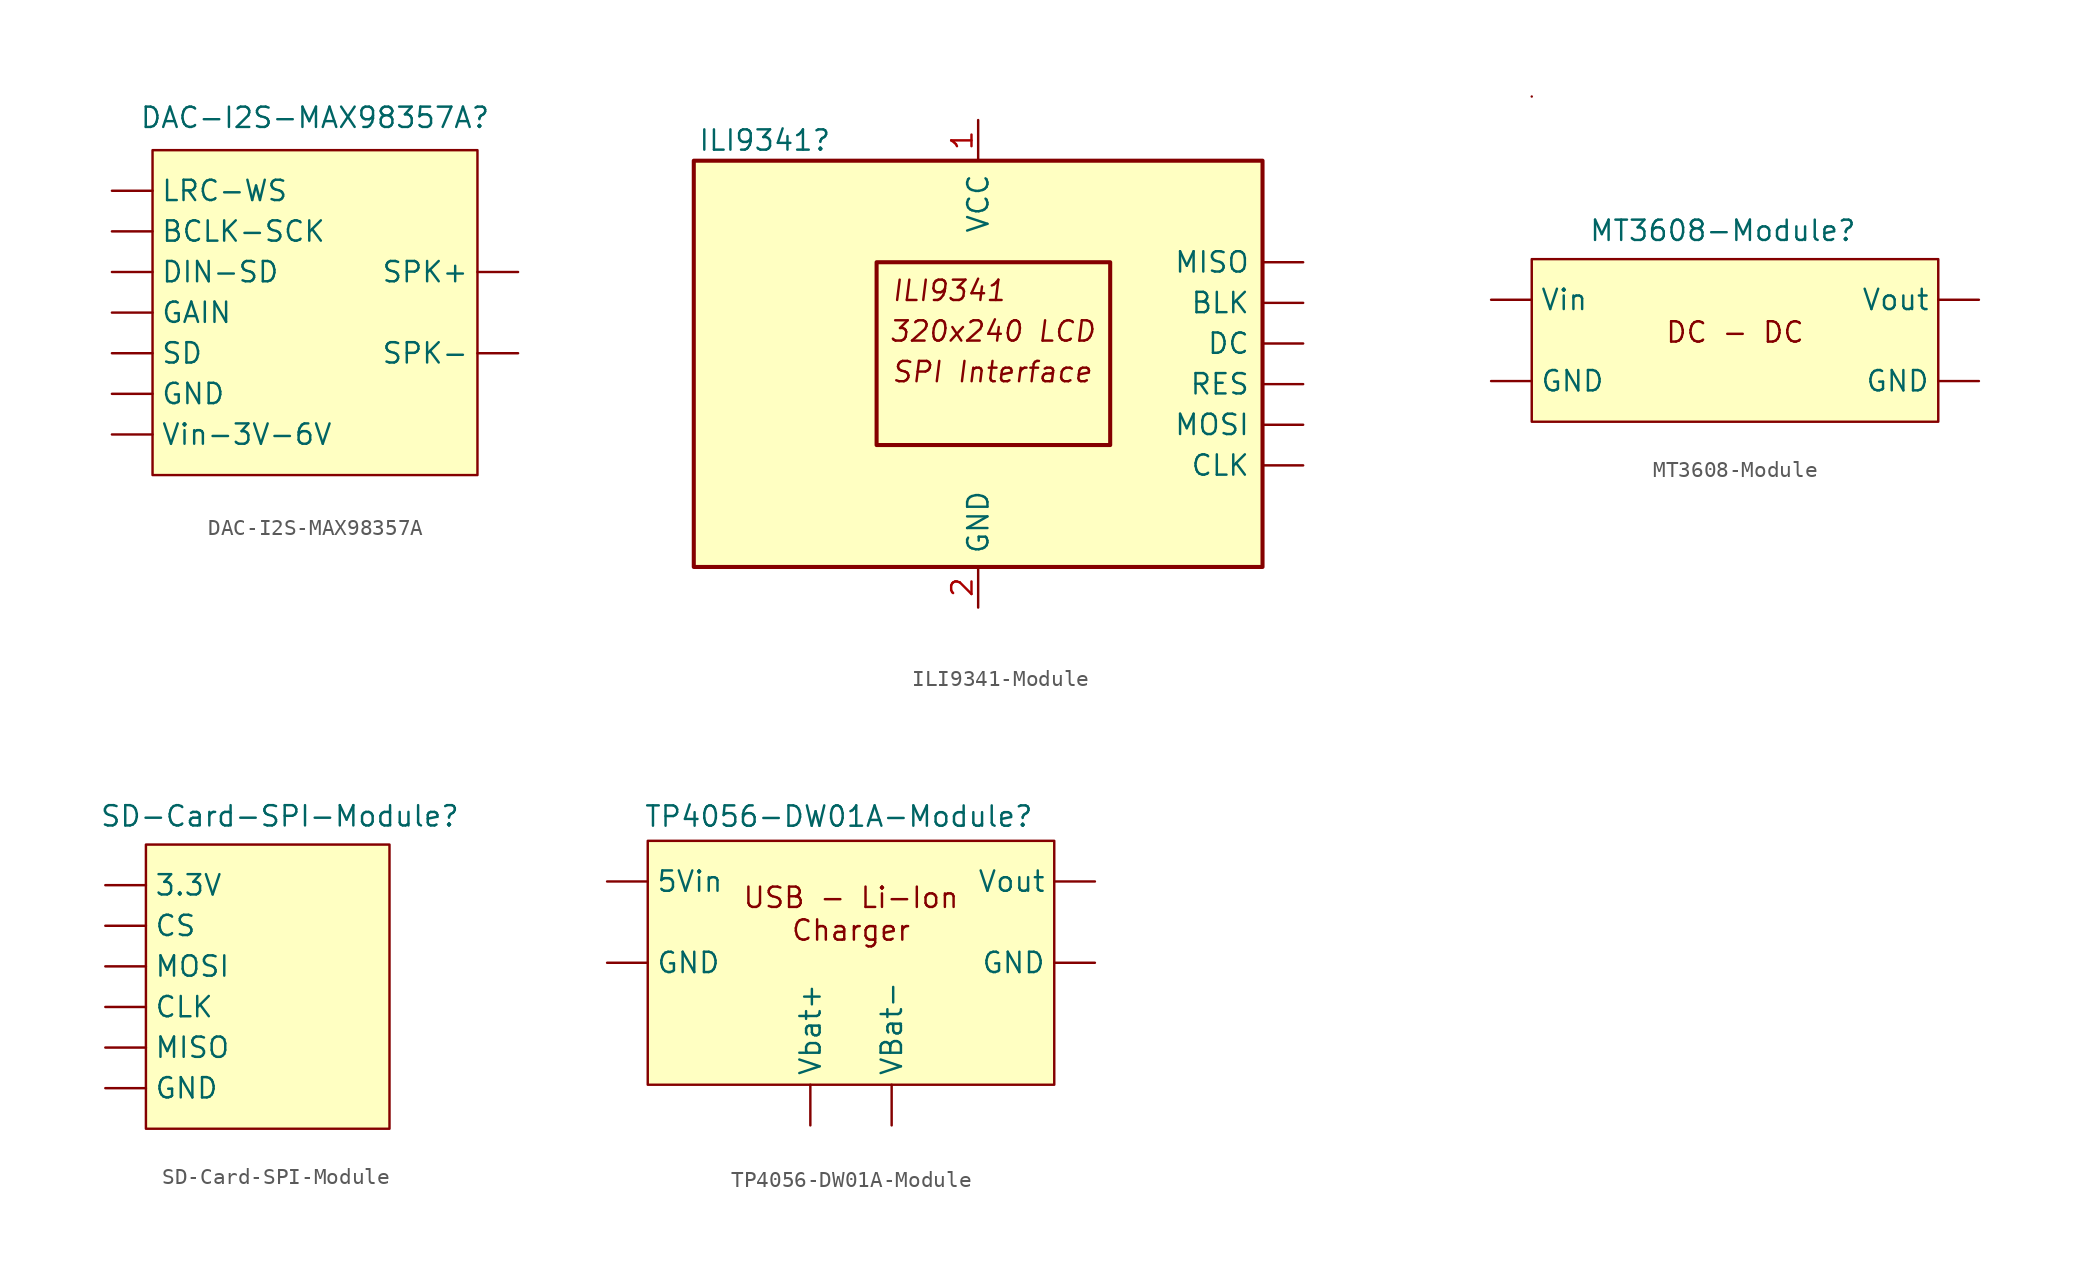
<source format=kicad_sym>
(kicad_symbol_lib
  (version 20231120)
  (generator "kicad_symbol_editor")
  (generator_version "8.0")
  (symbol "DAC-I2S-MAX98357A"
    (property "Reference" "DAC-I2S-MAX98357A"
      (at 0 12.192 0)
      (effects (font (size 1.27 1.27))))
    (property "Value" ""
      (at 0 0 0)
      (effects (font (size 1.27 1.27))))
    (symbol "DAC-I2S-MAX98357A_1_1"
      (rectangle (start -10.16 10.16) (end 10.16 -10.16) (stroke (width 0) (type default)) (fill (type background)))
      (pin power_in line (at -12.7 5.08 0) (length 2.54) (name "BCLK-SCK" (effects (font (size 1.27 1.27)))) (number "" (effects (font (size 1.27 1.27)))))
      (pin power_in line (at -12.7 2.54 0) (length 2.54) (name "DIN-SD" (effects (font (size 1.27 1.27)))) (number "" (effects (font (size 1.27 1.27)))))
      (pin power_in line (at -12.7 0 0) (length 2.54) (name "GAIN" (effects (font (size 1.27 1.27)))) (number "" (effects (font (size 1.27 1.27)))))
      (pin power_in line (at -12.7 -5.08 0) (length 2.54) (name "GND" (effects (font (size 1.27 1.27)))) (number "" (effects (font (size 1.27 1.27)))))
      (pin power_in line (at -12.7 7.62 0) (length 2.54) (name "LRC-WS" (effects (font (size 1.27 1.27)))) (number "" (effects (font (size 1.27 1.27)))))
      (pin power_in line (at -12.7 -2.54 0) (length 2.54) (name "SD" (effects (font (size 1.27 1.27)))) (number "" (effects (font (size 1.27 1.27)))))
      (pin power_in line (at 12.7 2.54 180) (length 2.54) (name "SPK+" (effects (font (size 1.27 1.27)))) (number "" (effects (font (size 1.27 1.27)))))
      (pin power_in line (at 12.7 -2.54 180) (length 2.54) (name "SPK-" (effects (font (size 1.27 1.27)))) (number "" (effects (font (size 1.27 1.27)))))
      (pin power_in line (at -12.7 -7.62 0) (length 2.54) (name "Vin-3V-6V" (effects (font (size 1.27 1.27)))) (number "" (effects (font (size 1.27 1.27)))))))
  (symbol "ILI9341-Module"
    (pin_names
      (offset 0.762))
    (property "Reference" "ILI9341"
      (at -17.526 13.97 0)
      (do_not_autoplace)
      (effects (font (size 1.27 1.27)) (justify left)))
    (symbol "ILI9341-Module_0_0"
      (text "320x240 LCD" (at 0.889 2.032 0) (effects (font (size 1.27 1.27) (italic yes))))
      (text "ILI9341" (at -5.461 4.572 0) (effects (font (size 1.27 1.27) (italic yes)) (justify left)))
      (text "SPI Interface" (at -5.461 -0.508 0) (effects (font (size 1.27 1.27) (italic yes)) (justify left))))
    (symbol "ILI9341-Module_0_1"
      (rectangle (start -17.78 12.7) (end 17.78 -12.7) (stroke (width 0.254) (type default)) (fill (type background)))
      (rectangle (start -6.35 6.35) (end 8.255 -5.08) (stroke (width 0.254) (type default)) (fill (type none))))
    (symbol "ILI9341-Module_1_1"
      (pin input line (at 20.32 3.81 180) (length 2.54) (name "BLK" (effects (font (size 1.27 1.27)))) (number "" (effects (font (size 1.27 1.27)))))
      (pin input line (at 20.32 -6.35 180) (length 2.54) (name "CLK" (effects (font (size 1.27 1.27)))) (number "" (effects (font (size 1.27 1.27)))))
      (pin output line (at 20.32 1.27 180) (length 2.54) (name "DC" (effects (font (size 1.27 1.27)))) (number "" (effects (font (size 1.27 1.27)))))
      (pin input line (at 20.32 6.35 180) (length 2.54) (name "MISO" (effects (font (size 1.27 1.27)))) (number "" (effects (font (size 1.27 1.27)))))
      (pin input line (at 20.32 -3.81 180) (length 2.54) (name "MOSI" (effects (font (size 1.27 1.27)))) (number "" (effects (font (size 1.27 1.27)))))
      (pin input line (at 20.32 -1.27 180) (length 2.54) (name "RES" (effects (font (size 1.27 1.27)))) (number "" (effects (font (size 1.27 1.27)))))
      (pin power_in line (at 0 15.24 270) (length 2.54) (name "VCC" (effects (font (size 1.27 1.27)))) (number "1" (effects (font (size 1.27 1.27)))))
      (pin power_in line (at 0 -15.24 90) (length 2.54) (name "GND" (effects (font (size 1.27 1.27)))) (number "2" (effects (font (size 1.27 1.27)))))))
  (symbol "MT3608-Module"
    (property "Reference" "MT3608-Module"
      (at -0.762 6.858 0)
      (do_not_autoplace)
      (effects (font (size 1.27 1.27))))
    (property "Value" ""
      (at 0 0 0)
      (effects (font (size 1.27 1.27))))
    (symbol "MT3608-Module_0_1"
      (rectangle (start -12.7 15.24) (end -12.7 15.24) (stroke (width 0) (type default)) (fill (type none))))
    (symbol "MT3608-Module_1_1"
      (rectangle (start -12.7 5.08) (end 12.7 -5.08) (stroke (width 0) (type default)) (fill (type background)))
      (text "DC - DC" (at 0 0.508 0) (effects (font (size 1.27 1.27))))
      (pin input line (at -15.24 -2.54 0) (length 2.54) (name "GND" (effects (font (size 1.27 1.27)))) (number "" (effects (font (size 1.27 1.27)))))
      (pin input line (at 15.24 -2.54 180) (length 2.54) (name "GND" (effects (font (size 1.27 1.27)))) (number "" (effects (font (size 1.27 1.27)))))
      (pin input line (at -15.24 2.54 0) (length 2.54) (name "Vin" (effects (font (size 1.27 1.27)))) (number "" (effects (font (size 1.27 1.27)))))
      (pin input line (at 15.24 2.54 180) (length 2.54) (name "Vout" (effects (font (size 1.27 1.27)))) (number "" (effects (font (size 1.27 1.27)))))))
  (symbol "SD-Card-SPI-Module"
    (property "Reference" "SD-Card-SPI-Module"
      (at 0.762 11.938 0)
      (effects (font (size 1.27 1.27))))
    (property "Value" ""
      (at 5.08 -1.27 90)
      (effects (font (size 1.27 1.27))))
    (symbol "SD-Card-SPI-Module_1_1"
      (rectangle (start -7.62 10.16) (end 7.62 -7.62) (stroke (width 0) (type default)) (fill (type background)))
      (pin power_in line (at -10.16 7.62 0) (length 2.54) (name "3.3V" (effects (font (size 1.27 1.27)))) (number "" (effects (font (size 1.27 1.27)))))
      (pin bidirectional line (at -10.16 0 0) (length 2.54) (name "CLK" (effects (font (size 1.27 1.27)))) (number "" (effects (font (size 1.27 1.27)))))
      (pin bidirectional line (at -10.16 5.08 0) (length 2.54) (name "CS" (effects (font (size 1.27 1.27)))) (number "" (effects (font (size 1.27 1.27)))))
      (pin bidirectional line (at -10.16 -5.08 0) (length 2.54) (name "GND" (effects (font (size 1.27 1.27)))) (number "" (effects (font (size 1.27 1.27)))))
      (pin bidirectional line (at -10.16 -2.54 0) (length 2.54) (name "MISO" (effects (font (size 1.27 1.27)))) (number "" (effects (font (size 1.27 1.27)))))
      (pin bidirectional line (at -10.16 2.54 0) (length 2.54) (name "MOSI" (effects (font (size 1.27 1.27)))) (number "" (effects (font (size 1.27 1.27)))))))
  (symbol "TP4056-DW01A-Module"
    (property "Reference" "TP4056-DW01A-Module"
      (at -0.762 9.144 0)
      (do_not_autoplace)
      (effects (font (size 1.27 1.27))))
    (property "Value" ""
      (at 0 2.54 0)
      (effects (font (size 1.27 1.27))))
    (symbol "TP4056-DW01A-Module_1_1"
      (rectangle (start -12.7 7.62) (end 12.7 -7.62) (stroke (width 0) (type default)) (fill (type background)))
      (text "USB - Li-Ion\nCharger" (at 0 3.048 0) (effects (font (size 1.27 1.27))))
      (pin input line (at -15.24 5.08 0) (length 2.54) (name "5Vin" (effects (font (size 1.27 1.27)))) (number "" (effects (font (size 1.27 1.27)))))
      (pin input line (at -15.24 0 0) (length 2.54) (name "GND" (effects (font (size 1.27 1.27)))) (number "" (effects (font (size 1.27 1.27)))))
      (pin input line (at 15.24 0 180) (length 2.54) (name "GND" (effects (font (size 1.27 1.27)))) (number "" (effects (font (size 1.27 1.27)))))
      (pin input line (at 2.54 -10.16 90) (length 2.54) (name "VBat-" (effects (font (size 1.27 1.27)))) (number "" (effects (font (size 1.27 1.27)))))
      (pin input line (at -2.54 -10.16 90) (length 2.54) (name "Vbat+" (effects (font (size 1.27 1.27)))) (number "" (effects (font (size 1.27 1.27)))))
      (pin input line (at 15.24 5.08 180) (length 2.54) (name "Vout" (effects (font (size 1.27 1.27)))) (number "" (effects (font (size 1.27 1.27))))))))
</source>
